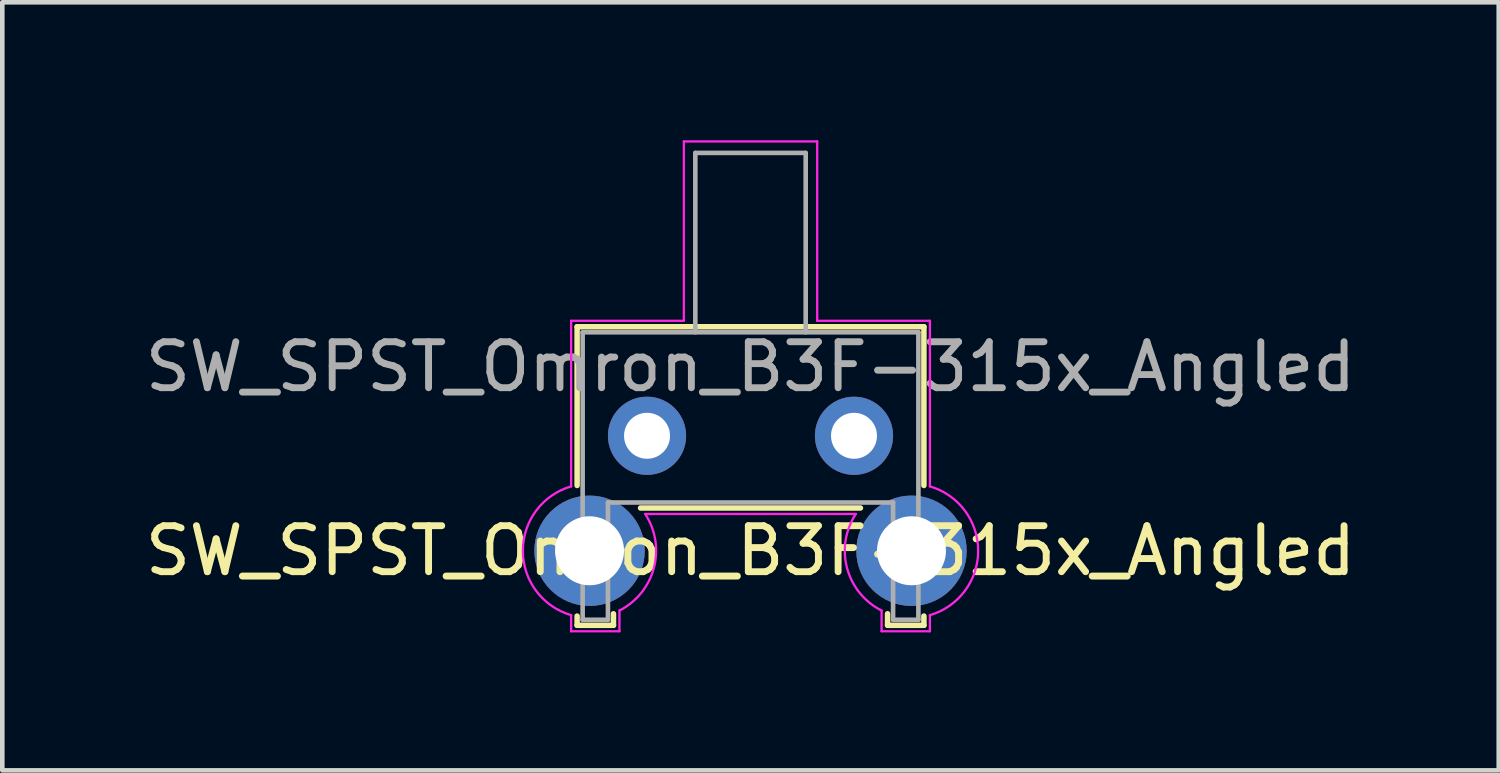
<source format=kicad_pcb>
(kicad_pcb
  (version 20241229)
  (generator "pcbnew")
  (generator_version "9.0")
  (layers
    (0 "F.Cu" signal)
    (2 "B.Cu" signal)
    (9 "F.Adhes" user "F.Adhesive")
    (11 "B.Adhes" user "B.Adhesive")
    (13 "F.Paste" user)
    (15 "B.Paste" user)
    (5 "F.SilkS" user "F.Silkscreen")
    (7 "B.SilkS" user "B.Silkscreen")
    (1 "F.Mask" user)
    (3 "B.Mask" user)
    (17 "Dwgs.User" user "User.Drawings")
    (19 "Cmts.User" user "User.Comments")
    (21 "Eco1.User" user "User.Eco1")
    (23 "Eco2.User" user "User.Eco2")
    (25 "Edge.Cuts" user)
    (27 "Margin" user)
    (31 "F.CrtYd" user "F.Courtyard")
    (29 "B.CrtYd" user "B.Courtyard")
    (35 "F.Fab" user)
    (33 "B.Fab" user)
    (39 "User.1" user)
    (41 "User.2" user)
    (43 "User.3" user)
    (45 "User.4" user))
  (footprint "SW_SPST_Omron_B3F-315x_Angled"
    (layer "F.Cu")
    (at 11.018 6.425)
    (property "Reference" "SW_SPST_Omron_B3F-315x_Angled" (at 2.25 2.5 0) (layer "F.SilkS") (effects (font (size 1 1) (thickness 0.15))))
    (attr through_hole)
    (fp_line (start -1.52 -2.37) (end -1.52 1.08) (stroke (width 0.12) (type solid)) (layer "F.SilkS"))
    (fp_line (start -1.52 3.92) (end -1.52 4.12) (stroke (width 0.12) (type solid)) (layer "F.SilkS"))
    (fp_line (start -0.73 4.12) (end -1.52 4.12) (stroke (width 0.12) (type solid)) (layer "F.SilkS"))
    (fp_line (start -0.73 4.12) (end -0.73 3.87) (stroke (width 0.12) (type solid)) (layer "F.SilkS"))
    (fp_line (start -0.14 1.57) (end 4.64 1.57) (stroke (width 0.12) (type solid)) (layer "F.SilkS"))
    (fp_line (start 5.23 4.12) (end 5.23 3.87) (stroke (width 0.12) (type solid)) (layer "F.SilkS"))
    (fp_line (start 6.02 -2.37) (end -1.52 -2.37) (stroke (width 0.12) (type solid)) (layer "F.SilkS"))
    (fp_line (start 6.02 1.08) (end 6.02 -2.37) (stroke (width 0.12) (type solid)) (layer "F.SilkS"))
    (fp_line (start 6.02 3.92) (end 6.02 4.12) (stroke (width 0.12) (type solid)) (layer "F.SilkS"))
    (fp_line (start 6.02 4.12) (end 5.23 4.12) (stroke (width 0.12) (type solid)) (layer "F.SilkS"))
    (fp_line (start -1.65 1.1) (end -1.65 -2.5) (stroke (width 0.05) (type solid)) (layer "F.CrtYd"))
    (fp_line (start -1.65 4.25) (end -1.65 3.9) (stroke (width 0.05) (type solid)) (layer "F.CrtYd"))
    (fp_line (start -0.6 4.25) (end -1.65 4.25) (stroke (width 0.05) (type solid)) (layer "F.CrtYd"))
    (fp_line (start -0.6 4.25) (end -0.6 3.8) (stroke (width 0.05) (type solid)) (layer "F.CrtYd"))
    (fp_line (start -0.04 1.7) (end 4.54 1.7) (stroke (width 0.05) (type solid)) (layer "F.CrtYd"))
    (fp_line (start 0.8 -6.4) (end 0.8 -2.5) (stroke (width 0.05) (type solid)) (layer "F.CrtYd"))
    (fp_line (start 0.8 -2.5) (end -1.65 -2.5) (stroke (width 0.05) (type solid)) (layer "F.CrtYd"))
    (fp_line (start 3.7 -6.4) (end 0.8 -6.4) (stroke (width 0.05) (type solid)) (layer "F.CrtYd"))
    (fp_line (start 3.7 -2.5) (end 3.7 -6.4) (stroke (width 0.05) (type solid)) (layer "F.CrtYd"))
    (fp_line (start 5.1 4.25) (end 5.1 3.8) (stroke (width 0.05) (type solid)) (layer "F.CrtYd"))
    (fp_line (start 5.1 4.25) (end 6.15 4.25) (stroke (width 0.05) (type solid)) (layer "F.CrtYd"))
    (fp_line (start 6.15 -2.5) (end 3.7 -2.5) (stroke (width 0.05) (type solid)) (layer "F.CrtYd"))
    (fp_line (start 6.15 1.1) (end 6.15 -2.5) (stroke (width 0.05) (type solid)) (layer "F.CrtYd"))
    (fp_line (start 6.15 4.25) (end 6.15 3.9) (stroke (width 0.05) (type solid)) (layer "F.CrtYd"))
    (fp_arc (start -1.65 3.9) (mid -2.7 2.5) (end -1.65 1.1) (stroke (width 0.05) (type solid)) (layer "F.CrtYd"))
    (fp_arc (start -0.04 1.7) (mid 0.15 2.87) (end -0.6 3.8) (stroke (width 0.05) (type solid)) (layer "F.CrtYd"))
    (fp_arc (start 5.1 3.8) (mid 4.35 2.88) (end 4.54 1.7) (stroke (width 0.05) (type solid)) (layer "F.CrtYd"))
    (fp_arc (start 6.15 1.1) (mid 7.2 2.5) (end 6.15 3.9) (stroke (width 0.05) (type solid)) (layer "F.CrtYd"))
    (fp_line (start -1.4 4) (end -1.4 -2.25) (stroke (width 0.1) (type solid)) (layer "F.Fab"))
    (fp_line (start -0.85 1.45) (end -0.85 4) (stroke (width 0.1) (type solid)) (layer "F.Fab"))
    (fp_line (start -0.85 4) (end -1.4 4) (stroke (width 0.1) (type solid)) (layer "F.Fab"))
    (fp_line (start 1.05 -6.15) (end 3.45 -6.15) (stroke (width 0.1) (type solid)) (layer "F.Fab"))
    (fp_line (start 1.05 -2.25) (end 1.05 -6.15) (stroke (width 0.1) (type solid)) (layer "F.Fab"))
    (fp_line (start 3.45 -2.25) (end 3.45 -6.15) (stroke (width 0.1) (type solid)) (layer "F.Fab"))
    (fp_line (start 5.35 1.45) (end -0.85 1.45) (stroke (width 0.1) (type solid)) (layer "F.Fab"))
    (fp_line (start 5.35 1.45) (end 5.35 4) (stroke (width 0.1) (type solid)) (layer "F.Fab"))
    (fp_line (start 5.9 -2.25) (end -1.4 -2.25) (stroke (width 0.1) (type solid)) (layer "F.Fab"))
    (fp_line (start 5.9 -2.25) (end 5.9 4) (stroke (width 0.1) (type solid)) (layer "F.Fab"))
    (fp_line (start 5.9 4) (end 5.35 4) (stroke (width 0.1) (type solid)) (layer "F.Fab"))
    (fp_text user "${REFERENCE}" (at 2.25 -1.5 0) (layer "F.Fab") (effects (font (size 1 1) (thickness 0.15))))
    (pad "" thru_hole circle (at -1.25 2.5 180) (size 2.4 2.4) (drill 1.5) (layers "*.Cu" "*.Mask"))
    (pad "" thru_hole circle (at 5.75 2.5 180) (size 2.4 2.4) (drill 1.5) (layers "*.Cu" "*.Mask"))
    (pad "1" thru_hole circle (at 0 0 180) (size 1.7 1.7) (drill 1) (layers "*.Cu" "*.Mask"))
    (pad "2" thru_hole circle (at 4.5 0 180) (size 1.7 1.7) (drill 1) (layers "*.Cu" "*.Mask")))
  (gr_rect
    (start -3 -3)
    (end 29.536 13.7)
    (stroke (width 0.1) (type default))
    (fill no)
    (layer "Edge.Cuts")))
</source>
